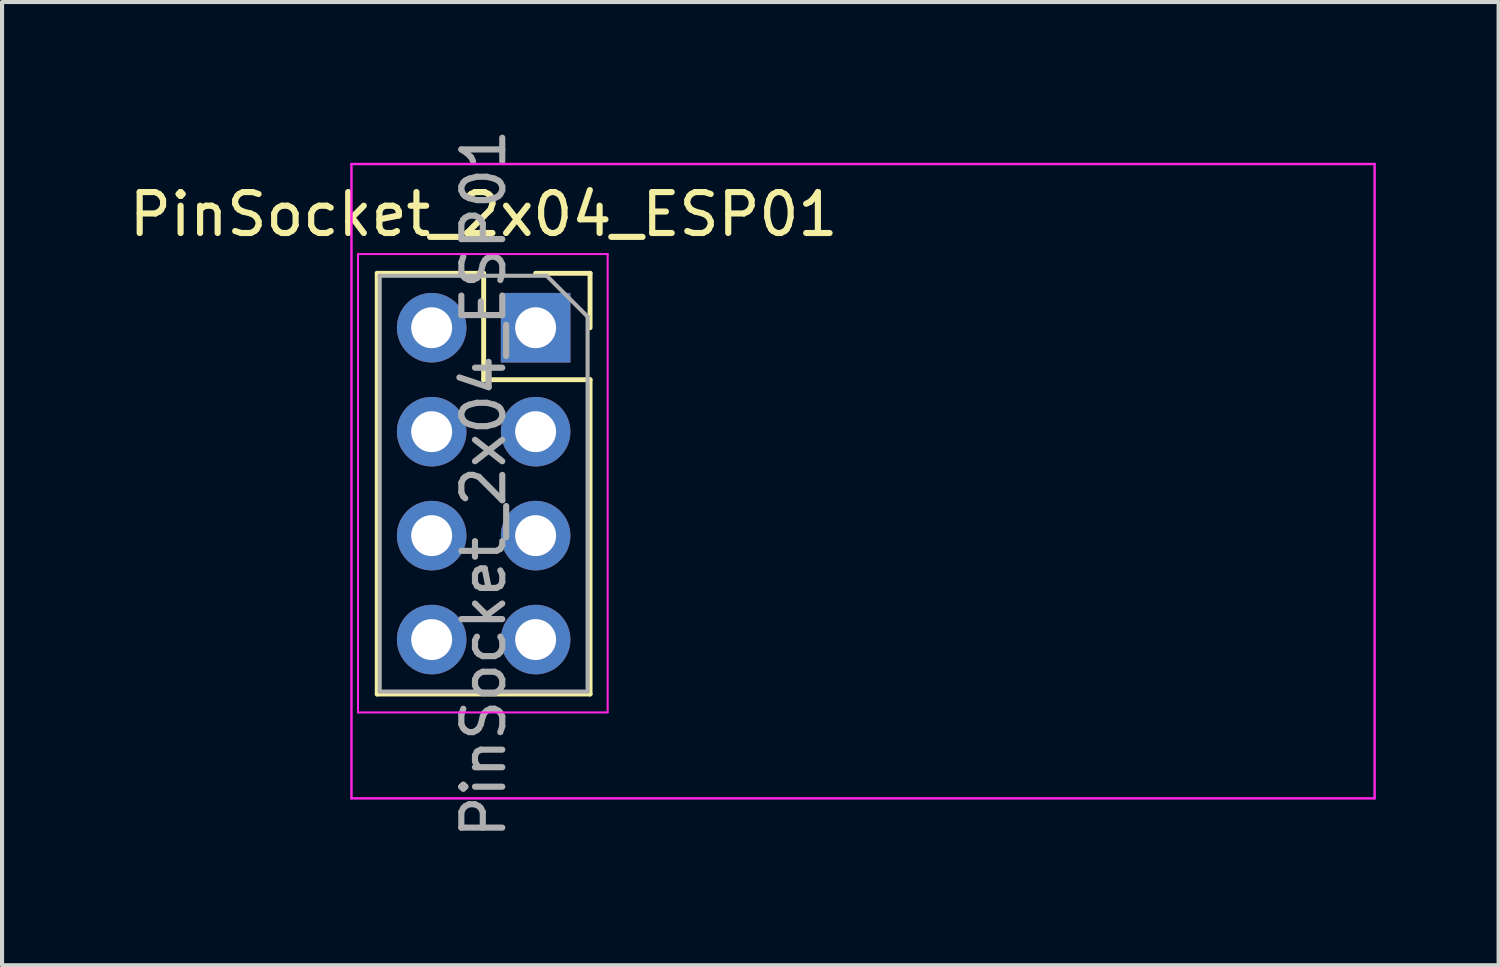
<source format=kicad_pcb>
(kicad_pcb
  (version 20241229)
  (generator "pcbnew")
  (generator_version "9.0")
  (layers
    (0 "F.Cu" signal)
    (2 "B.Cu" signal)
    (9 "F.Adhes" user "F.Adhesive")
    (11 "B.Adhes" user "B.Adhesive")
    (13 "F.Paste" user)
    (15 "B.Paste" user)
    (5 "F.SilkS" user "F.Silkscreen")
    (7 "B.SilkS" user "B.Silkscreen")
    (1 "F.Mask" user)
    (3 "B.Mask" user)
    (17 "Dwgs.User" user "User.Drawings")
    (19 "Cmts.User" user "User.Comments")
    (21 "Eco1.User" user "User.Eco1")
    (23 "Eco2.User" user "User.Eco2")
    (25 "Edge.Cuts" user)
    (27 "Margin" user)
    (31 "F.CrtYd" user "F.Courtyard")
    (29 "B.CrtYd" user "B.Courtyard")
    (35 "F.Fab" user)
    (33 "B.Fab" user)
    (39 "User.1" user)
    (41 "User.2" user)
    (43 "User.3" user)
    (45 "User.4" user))
  (footprint "PinSocket_2x04_ESP01"
    (layer "F.Cu")
    (at 10.038 4.958)
    (property "Reference" "PinSocket_2x04_ESP01" (at -1.27 -2.77 0) (layer "F.SilkS") (effects (font (size 1 1) (thickness 0.15))))
    (attr through_hole)
    (fp_line (start -3.87 -1.33) (end -3.87 8.95) (stroke (width 0.12) (type solid)) (layer "F.SilkS"))
    (fp_line (start -3.87 -1.33) (end -1.27 -1.33) (stroke (width 0.12) (type solid)) (layer "F.SilkS"))
    (fp_line (start -3.87 8.95) (end 1.33 8.95) (stroke (width 0.12) (type solid)) (layer "F.SilkS"))
    (fp_line (start -1.27 -1.33) (end -1.27 1.27) (stroke (width 0.12) (type solid)) (layer "F.SilkS"))
    (fp_line (start -1.27 1.27) (end 1.33 1.27) (stroke (width 0.12) (type solid)) (layer "F.SilkS"))
    (fp_line (start 0 -1.33) (end 1.33 -1.33) (stroke (width 0.12) (type solid)) (layer "F.SilkS"))
    (fp_line (start 1.33 -1.33) (end 1.33 0) (stroke (width 0.12) (type solid)) (layer "F.SilkS"))
    (fp_line (start 1.33 1.27) (end 1.33 8.95) (stroke (width 0.12) (type solid)) (layer "F.SilkS"))
    (fp_line (start -4.5 -4) (end -4.5 11.5) (stroke (width 0.06) (type solid)) (layer "F.CrtYd"))
    (fp_line (start -4.5 11.5) (end 20.5 11.5) (stroke (width 0.06) (type solid)) (layer "F.CrtYd"))
    (fp_line (start -4.34 -1.8) (end 1.76 -1.8) (stroke (width 0.05) (type solid)) (layer "F.CrtYd"))
    (fp_line (start -4.34 9.4) (end -4.34 -1.8) (stroke (width 0.05) (type solid)) (layer "F.CrtYd"))
    (fp_line (start 1.76 -1.8) (end 1.76 9.4) (stroke (width 0.05) (type solid)) (layer "F.CrtYd"))
    (fp_line (start 1.76 9.4) (end -4.34 9.4) (stroke (width 0.05) (type solid)) (layer "F.CrtYd"))
    (fp_line (start 20.5 -4) (end -4.5 -4) (stroke (width 0.06) (type solid)) (layer "F.CrtYd"))
    (fp_line (start 20.5 11.5) (end 20.5 -4) (stroke (width 0.06) (type solid)) (layer "F.CrtYd"))
    (fp_line (start -3.81 -1.27) (end 0.27 -1.27) (stroke (width 0.1) (type solid)) (layer "F.Fab"))
    (fp_line (start -3.81 8.89) (end -3.81 -1.27) (stroke (width 0.1) (type solid)) (layer "F.Fab"))
    (fp_line (start 0.27 -1.27) (end 1.27 -0.27) (stroke (width 0.1) (type solid)) (layer "F.Fab"))
    (fp_line (start 1.27 -0.27) (end 1.27 8.89) (stroke (width 0.1) (type solid)) (layer "F.Fab"))
    (fp_line (start 1.27 8.89) (end -3.81 8.89) (stroke (width 0.1) (type solid)) (layer "F.Fab"))
    (fp_text user "${REFERENCE}" (at -1.27 3.81 90) (layer "F.Fab") (effects (font (size 1 1) (thickness 0.15))))
    (pad "1" thru_hole rect (at 0 0) (size 1.7 1.7) (drill 1) (layers "*.Cu" "*.Mask"))
    (pad "2" thru_hole oval (at -2.54 0) (size 1.7 1.7) (drill 1) (layers "*.Cu" "*.Mask"))
    (pad "3" thru_hole oval (at 0 2.54) (size 1.7 1.7) (drill 1) (layers "*.Cu" "*.Mask"))
    (pad "4" thru_hole oval (at -2.54 2.54) (size 1.7 1.7) (drill 1) (layers "*.Cu" "*.Mask"))
    (pad "5" thru_hole oval (at 0 5.08) (size 1.7 1.7) (drill 1) (layers "*.Cu" "*.Mask"))
    (pad "6" thru_hole oval (at -2.54 5.08) (size 1.7 1.7) (drill 1) (layers "*.Cu" "*.Mask"))
    (pad "7" thru_hole oval (at 0 7.62) (size 1.7 1.7) (drill 1) (layers "*.Cu" "*.Mask"))
    (pad "8" thru_hole oval (at -2.54 7.62) (size 1.7 1.7) (drill 1) (layers "*.Cu" "*.Mask")))
  (gr_rect
    (start -3 -3)
    (end 33.568 20.536)
    (stroke (width 0.1) (type default))
    (fill no)
    (layer "Edge.Cuts")))
</source>
